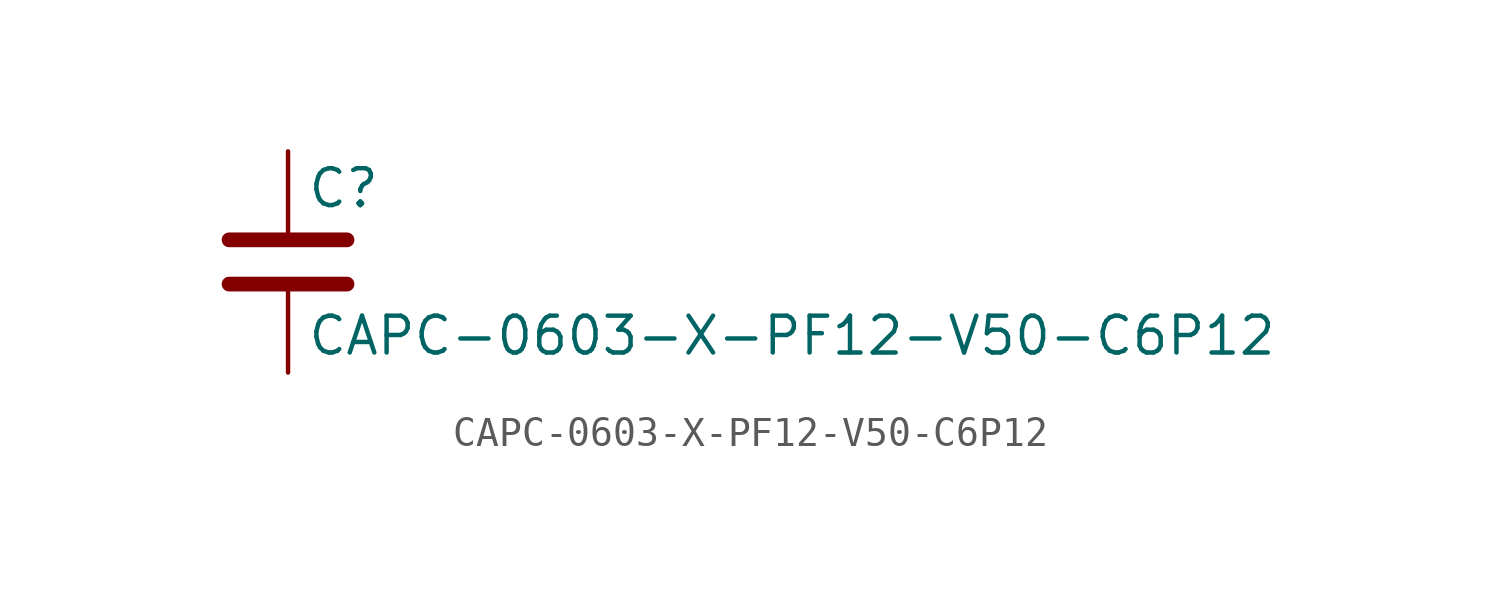
<source format=kicad_sym>
(kicad_symbol_lib
  (version 20211014)
  (generator kicad_symbol_editor)
  (symbol "CAPC-0603-X-PF12-V50-C6P12"
    (pin_numbers hide)
    (pin_names
      (offset 0.254))
    (property "Reference" "C"
      (at 0.635 2.54 0)
      (effects (font (size 1.27 1.27)) (justify left)))
    (property "Value" "CAPC-0603-X-PF12-V50-C6P12"
      (at 0.635 -2.54 0)
      (effects (font (size 1.27 1.27)) (justify left)))
    (symbol "CAPC-0603-X-PF12-V50-C6P12_0_1"
      (polyline (pts (xy -2.032 -0.762) (xy 2.032 -0.762)) (stroke (width 0.508) (type default) (color 0 0 0 0)) (fill (type none)))
      (polyline (pts (xy -2.032 0.762) (xy 2.032 0.762)) (stroke (width 0.508) (type default) (color 0 0 0 0)) (fill (type none))))
    (symbol "CAPC-0603-X-PF12-V50-C6P12_1_1"
      (pin passive line (at 0 3.81 270) (length 2.794) (name "~" (effects (font (size 1.27 1.27)))) (number "1" (effects (font (size 1.27 1.27)))))
      (pin passive line (at 0 -3.81 90) (length 2.794) (name "~" (effects (font (size 1.27 1.27)))) (number "2" (effects (font (size 1.27 1.27))))))))
</source>
